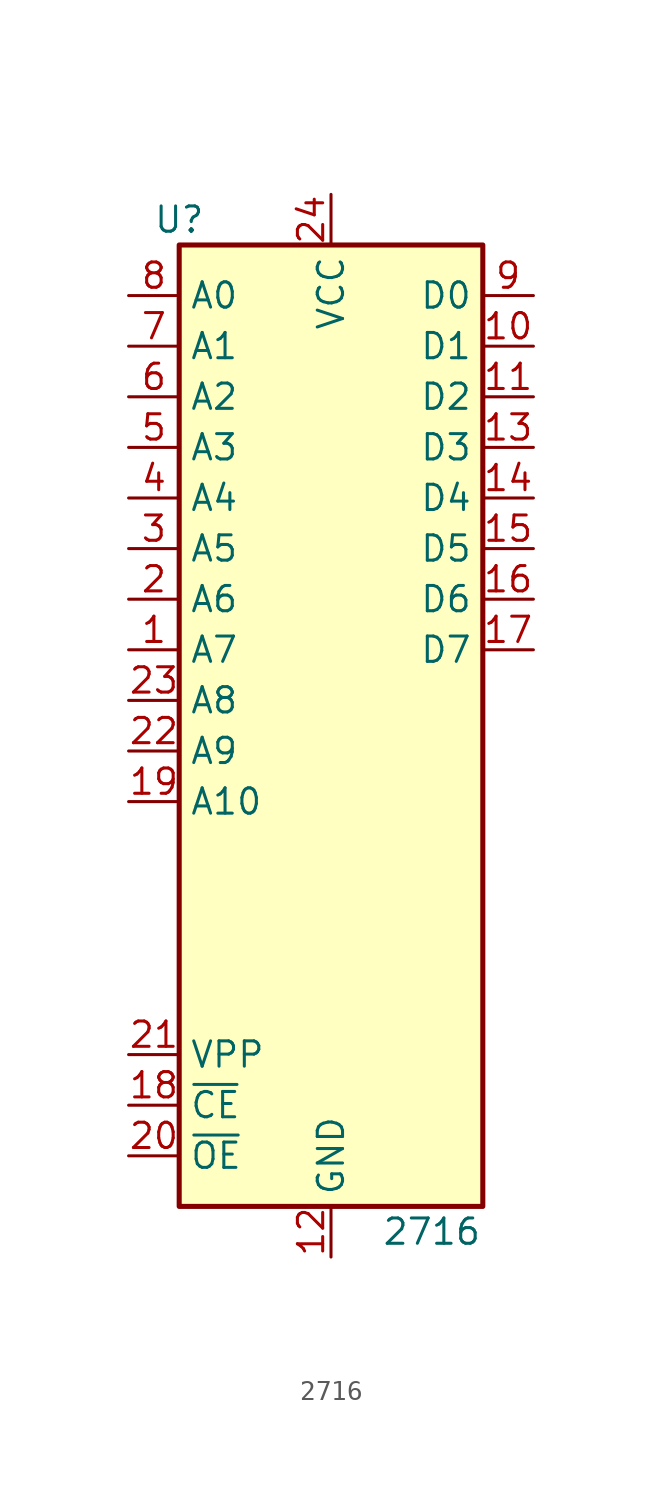
<source format=kicad_sym>
(kicad_symbol_lib
  (version 20211014)
  (generator kicad_symbol_editor)
  (symbol "2716"
    (property "Reference" "U"
      (at -7.62 24.13 0)
      (effects (font (size 1.27 1.27))))
    (property "Value" "2716"
      (at 2.54 -26.67 0)
      (effects (font (size 1.27 1.27)) (justify left)))
    (symbol "2716_1_1"
      (rectangle (start -7.62 22.86) (end 7.62 -25.4) (stroke (width 0.254) (type default) (color 0 0 0 0)) (fill (type background)))
      (pin input line (at -10.16 2.54 0) (length 2.54) (name "A7" (effects (font (size 1.27 1.27)))) (number "1" (effects (font (size 1.27 1.27)))))
      (pin tri_state line (at 10.16 17.78 180) (length 2.54) (name "D1" (effects (font (size 1.27 1.27)))) (number "10" (effects (font (size 1.27 1.27)))))
      (pin tri_state line (at 10.16 15.24 180) (length 2.54) (name "D2" (effects (font (size 1.27 1.27)))) (number "11" (effects (font (size 1.27 1.27)))))
      (pin power_in line (at 0 -27.94 90) (length 2.54) (name "GND" (effects (font (size 1.27 1.27)))) (number "12" (effects (font (size 1.27 1.27)))))
      (pin tri_state line (at 10.16 12.7 180) (length 2.54) (name "D3" (effects (font (size 1.27 1.27)))) (number "13" (effects (font (size 1.27 1.27)))))
      (pin tri_state line (at 10.16 10.16 180) (length 2.54) (name "D4" (effects (font (size 1.27 1.27)))) (number "14" (effects (font (size 1.27 1.27)))))
      (pin tri_state line (at 10.16 7.62 180) (length 2.54) (name "D5" (effects (font (size 1.27 1.27)))) (number "15" (effects (font (size 1.27 1.27)))))
      (pin tri_state line (at 10.16 5.08 180) (length 2.54) (name "D6" (effects (font (size 1.27 1.27)))) (number "16" (effects (font (size 1.27 1.27)))))
      (pin tri_state line (at 10.16 2.54 180) (length 2.54) (name "D7" (effects (font (size 1.27 1.27)))) (number "17" (effects (font (size 1.27 1.27)))))
      (pin input line (at -10.16 -20.32 0) (length 2.54) (name "~{CE}" (effects (font (size 1.27 1.27)))) (number "18" (effects (font (size 1.27 1.27)))))
      (pin input line (at -10.16 -5.08 0) (length 2.54) (name "A10" (effects (font (size 1.27 1.27)))) (number "19" (effects (font (size 1.27 1.27)))))
      (pin input line (at -10.16 5.08 0) (length 2.54) (name "A6" (effects (font (size 1.27 1.27)))) (number "2" (effects (font (size 1.27 1.27)))))
      (pin input line (at -10.16 -22.86 0) (length 2.54) (name "~{OE}" (effects (font (size 1.27 1.27)))) (number "20" (effects (font (size 1.27 1.27)))))
      (pin input line (at -10.16 -17.78 0) (length 2.54) (name "VPP" (effects (font (size 1.27 1.27)))) (number "21" (effects (font (size 1.27 1.27)))))
      (pin input line (at -10.16 -2.54 0) (length 2.54) (name "A9" (effects (font (size 1.27 1.27)))) (number "22" (effects (font (size 1.27 1.27)))))
      (pin input line (at -10.16 0 0) (length 2.54) (name "A8" (effects (font (size 1.27 1.27)))) (number "23" (effects (font (size 1.27 1.27)))))
      (pin power_in line (at 0 25.4 270) (length 2.54) (name "VCC" (effects (font (size 1.27 1.27)))) (number "24" (effects (font (size 1.27 1.27)))))
      (pin input line (at -10.16 7.62 0) (length 2.54) (name "A5" (effects (font (size 1.27 1.27)))) (number "3" (effects (font (size 1.27 1.27)))))
      (pin input line (at -10.16 10.16 0) (length 2.54) (name "A4" (effects (font (size 1.27 1.27)))) (number "4" (effects (font (size 1.27 1.27)))))
      (pin input line (at -10.16 12.7 0) (length 2.54) (name "A3" (effects (font (size 1.27 1.27)))) (number "5" (effects (font (size 1.27 1.27)))))
      (pin input line (at -10.16 15.24 0) (length 2.54) (name "A2" (effects (font (size 1.27 1.27)))) (number "6" (effects (font (size 1.27 1.27)))))
      (pin input line (at -10.16 17.78 0) (length 2.54) (name "A1" (effects (font (size 1.27 1.27)))) (number "7" (effects (font (size 1.27 1.27)))))
      (pin input line (at -10.16 20.32 0) (length 2.54) (name "A0" (effects (font (size 1.27 1.27)))) (number "8" (effects (font (size 1.27 1.27)))))
      (pin tri_state line (at 10.16 20.32 180) (length 2.54) (name "D0" (effects (font (size 1.27 1.27)))) (number "9" (effects (font (size 1.27 1.27))))))))
</source>
